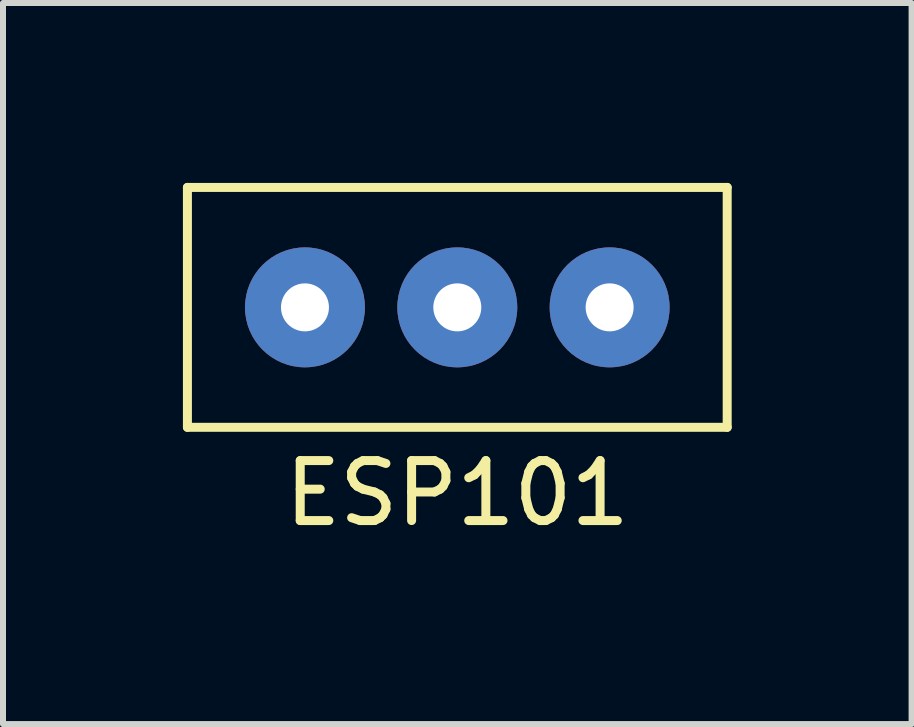
<source format=kicad_pcb>
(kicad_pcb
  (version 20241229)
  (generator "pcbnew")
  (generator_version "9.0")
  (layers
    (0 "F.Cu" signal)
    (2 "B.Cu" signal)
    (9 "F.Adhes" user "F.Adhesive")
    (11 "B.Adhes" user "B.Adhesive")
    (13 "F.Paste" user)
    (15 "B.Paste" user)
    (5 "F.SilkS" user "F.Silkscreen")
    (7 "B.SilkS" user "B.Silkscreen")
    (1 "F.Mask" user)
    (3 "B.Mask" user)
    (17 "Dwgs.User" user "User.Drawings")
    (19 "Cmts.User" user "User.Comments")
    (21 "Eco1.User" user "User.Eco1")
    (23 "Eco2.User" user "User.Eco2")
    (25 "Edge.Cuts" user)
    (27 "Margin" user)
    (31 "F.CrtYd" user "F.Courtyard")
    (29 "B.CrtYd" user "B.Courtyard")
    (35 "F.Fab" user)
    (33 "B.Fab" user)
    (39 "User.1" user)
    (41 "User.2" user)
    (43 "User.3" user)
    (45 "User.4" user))
  (footprint "ESP101"
    (layer "F.Cu")
    (at 4.575 2.075)
    (property "Reference" "ESP101" (at 0 3.1 0) (layer "F.SilkS") (effects (font (size 1 1) (thickness 0.15))))
    (attr through_hole)
    (fp_line (start -4.5 2) (end -4.5 -2) (stroke (width 0.15) (type solid)) (layer "F.SilkS"))
    (fp_line (start 4.5 -2) (end -4.5 -2) (stroke (width 0.15) (type solid)) (layer "F.SilkS"))
    (fp_line (start 4.5 2) (end -4.5 2) (stroke (width 0.15) (type solid)) (layer "F.SilkS"))
    (fp_line (start 4.5 2) (end 4.5 -2) (stroke (width 0.15) (type solid)) (layer "F.SilkS"))
    (pad "1" thru_hole circle (at -2.54 0) (size 2 2) (drill 0.8) (layers "*.Cu" "*.Mask"))
    (pad "2" thru_hole circle (at 0 0) (size 2 2) (drill 0.8) (layers "*.Cu" "*.Mask"))
    (pad "3" thru_hole circle (at 2.54 0) (size 2 2) (drill 0.8) (layers "*.Cu" "*.Mask")))
  (gr_rect
    (start -3 -3)
    (end 12.15 9.023)
    (stroke (width 0.1) (type default))
    (fill no)
    (layer "Edge.Cuts")))
</source>
